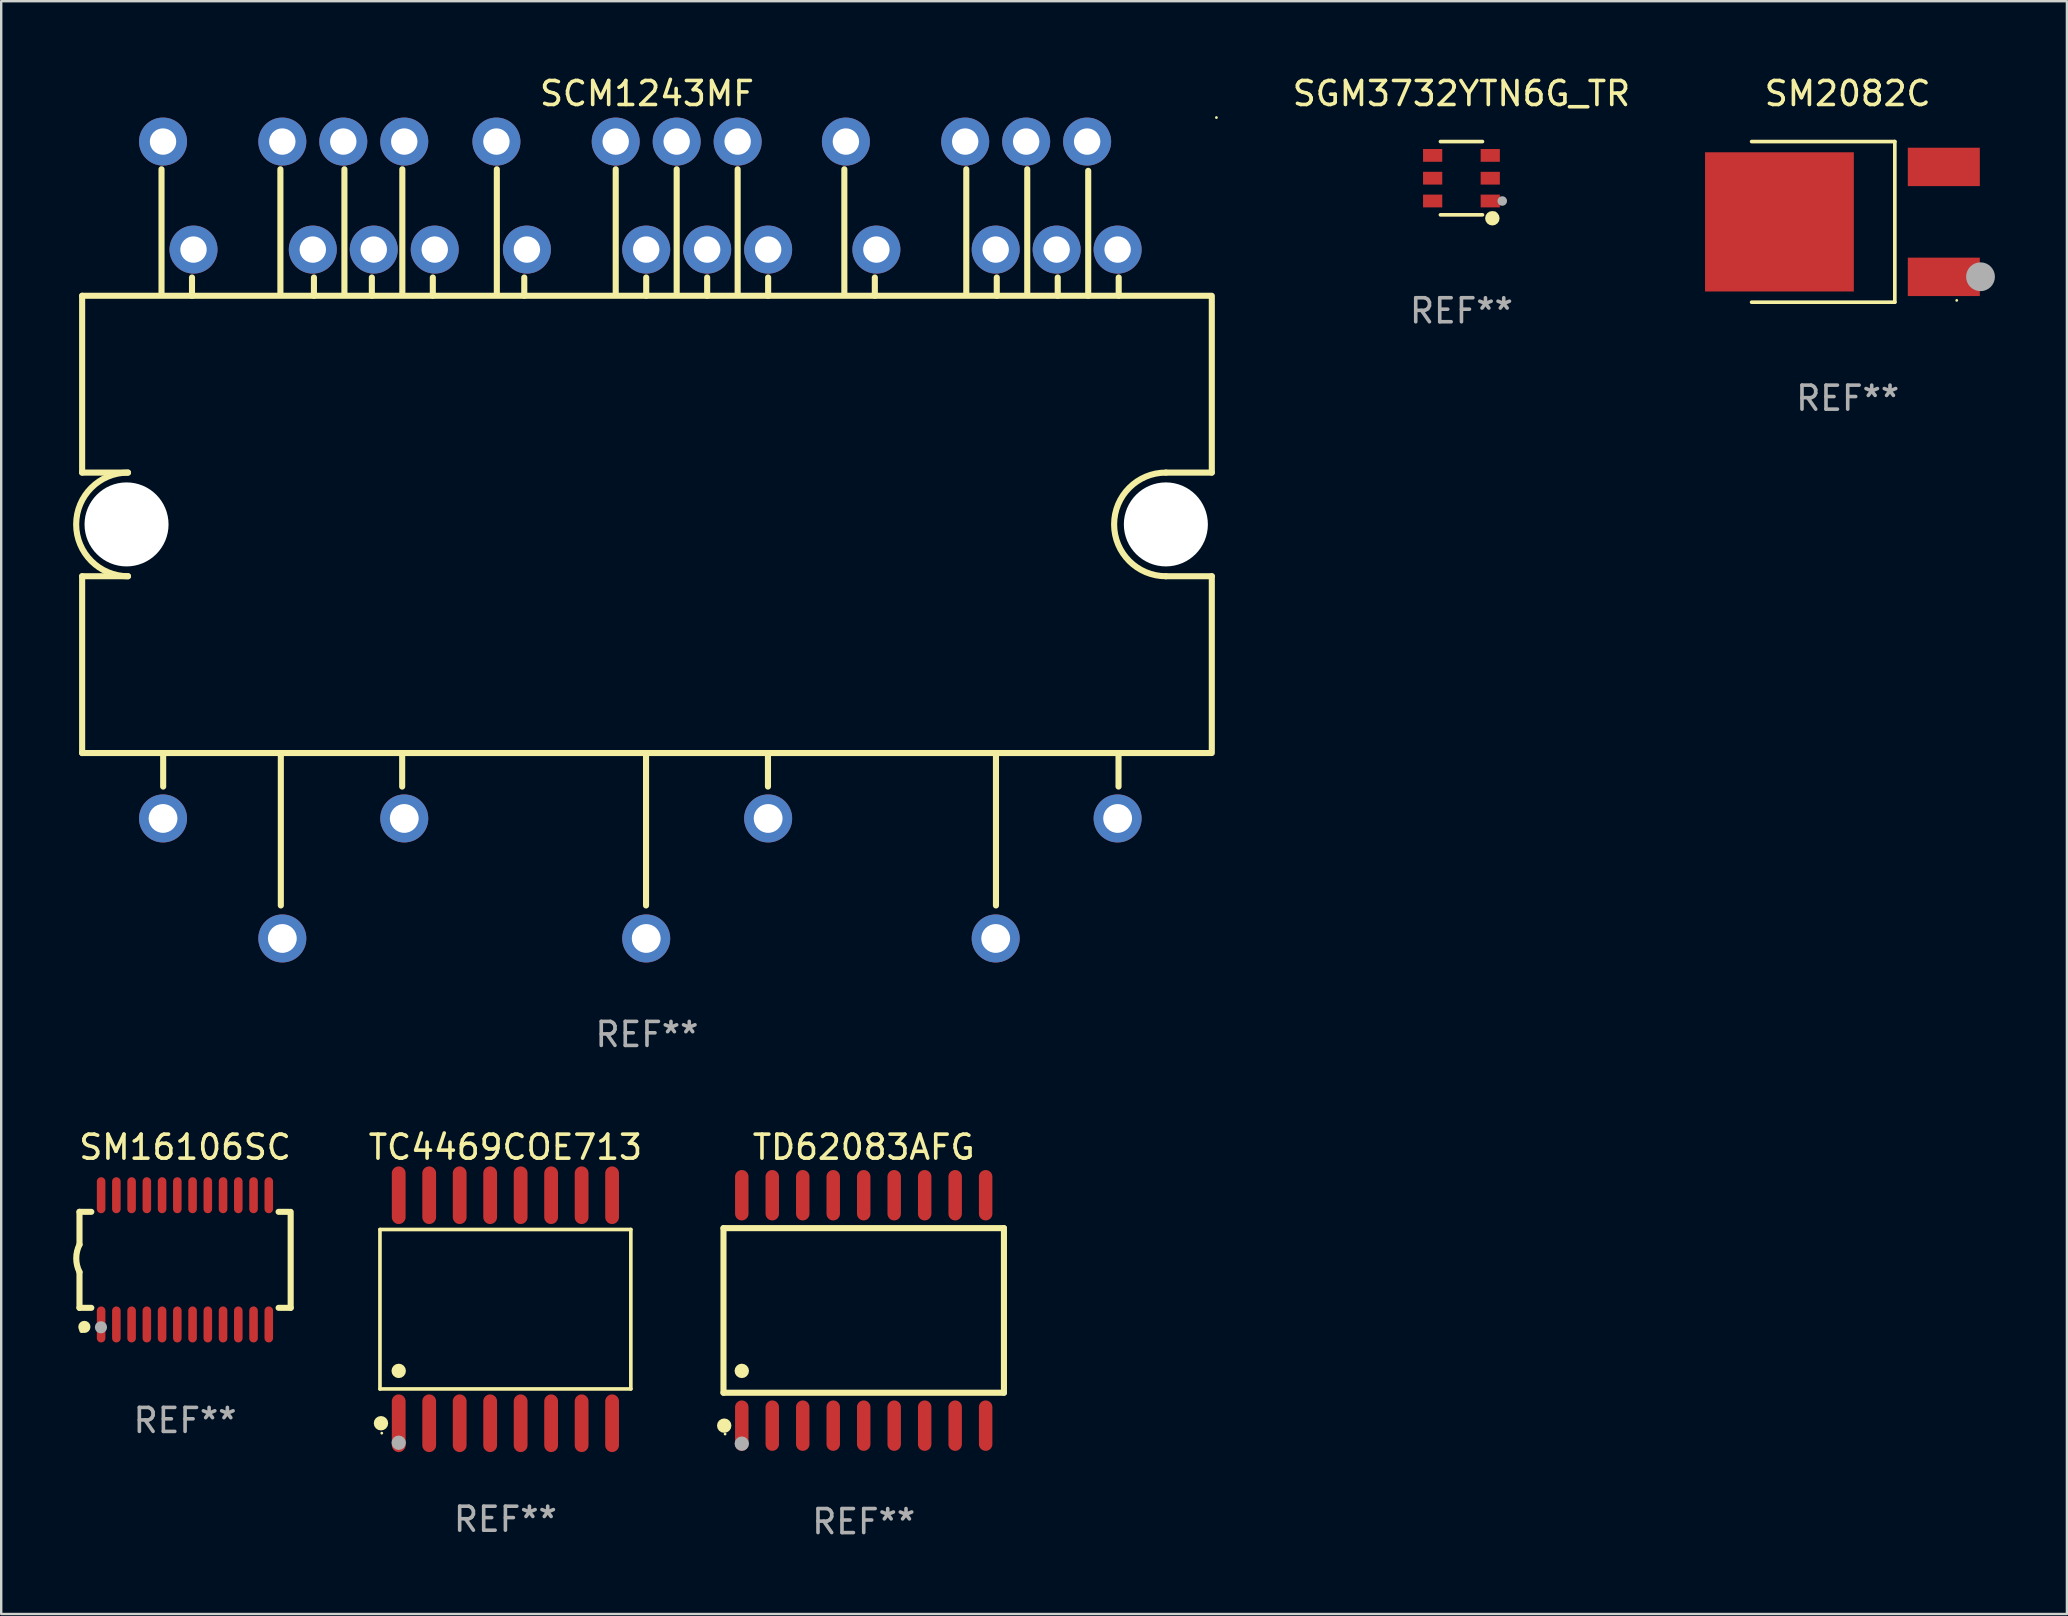
<source format=kicad_pcb>
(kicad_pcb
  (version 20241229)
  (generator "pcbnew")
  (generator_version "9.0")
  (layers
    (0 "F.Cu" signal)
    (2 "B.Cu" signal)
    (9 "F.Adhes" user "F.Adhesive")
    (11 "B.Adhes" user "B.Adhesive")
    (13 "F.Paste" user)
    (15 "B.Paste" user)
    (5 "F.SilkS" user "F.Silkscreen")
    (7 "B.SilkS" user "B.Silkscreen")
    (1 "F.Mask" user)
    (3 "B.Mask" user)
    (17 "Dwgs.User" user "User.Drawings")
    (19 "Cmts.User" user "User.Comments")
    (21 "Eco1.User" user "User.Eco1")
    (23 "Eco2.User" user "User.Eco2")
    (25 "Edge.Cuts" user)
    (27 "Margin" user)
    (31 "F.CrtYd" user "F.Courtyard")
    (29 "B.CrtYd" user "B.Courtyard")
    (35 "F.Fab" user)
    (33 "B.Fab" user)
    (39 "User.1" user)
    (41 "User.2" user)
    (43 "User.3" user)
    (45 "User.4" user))
  (footprint "SM16106SC"
    (layer "F.Cu")
    (at 4.661 49.437)
    (property "Reference" "SM16106SC" (at 0 -4.692 0) (layer "F.SilkS") (effects (font (size 1 1) (thickness 0.15))))
    (attr through_hole)
    (fp_line (start -4.399 -2) (end -4.399 -0.635) (stroke (width 0.254) (type solid)) (layer "F.SilkS"))
    (fp_line (start -4.399 -2) (end -3.907 -2) (stroke (width 0.254) (type solid)) (layer "F.SilkS"))
    (fp_line (start -4.399 2) (end -4.399 0.508) (stroke (width 0.254) (type solid)) (layer "F.SilkS"))
    (fp_line (start -4.399 2) (end -3.907 2) (stroke (width 0.254) (type solid)) (layer "F.SilkS"))
    (fp_line (start 3.896 -2) (end 4.313 -2) (stroke (width 0.254) (type solid)) (layer "F.SilkS"))
    (fp_line (start 3.896 2) (end 4.399 2) (stroke (width 0.254) (type solid)) (layer "F.SilkS"))
    (fp_line (start 4.399 2) (end 4.399 -2) (stroke (width 0.254) (type solid)) (layer "F.SilkS"))
    (fp_arc (start -4.399301 0.508001) (mid -4.534214 -0.0635) (end -4.399301 -0.635001) (stroke (width 0.254001) (type solid)) (layer "F.SilkS"))
    (fp_circle (center -4.305 2.95) (end -4.255 2.95) (stroke (width 0.1) (type solid)) (fill no) (layer "F.SilkS"))
    (fp_circle (center -4.196 2.794) (end -4.069 2.794) (stroke (width 0.254) (type solid)) (fill no) (layer "F.SilkS"))
    (fp_circle (center -3.505 2.81) (end -3.378 2.81) (stroke (width 0.254) (type solid)) (fill no) (layer "F.Fab"))
    (fp_text user "REF**" (at 0 6.692 0) (layer "F.Fab") (effects (font (size 1 1) (thickness 0.15))))
    (pad "1" smd oval (at -3.498 2.692 90) (size 1.5 0.356) (layers "F.Cu" "F.Mask" "F.Paste"))
    (pad "2" smd oval (at -2.863 2.692 90) (size 1.5 0.356) (layers "F.Cu" "F.Mask" "F.Paste"))
    (pad "3" smd oval (at -2.228 2.692 90) (size 1.5 0.356) (layers "F.Cu" "F.Mask" "F.Paste"))
    (pad "4" smd oval (at -1.593 2.692 90) (size 1.5 0.356) (layers "F.Cu" "F.Mask" "F.Paste"))
    (pad "5" smd oval (at -0.958 2.692 90) (size 1.5 0.356) (layers "F.Cu" "F.Mask" "F.Paste"))
    (pad "6" smd oval (at -0.323 2.692 90) (size 1.5 0.356) (layers "F.Cu" "F.Mask" "F.Paste"))
    (pad "7" smd oval (at 0.312 2.692 90) (size 1.5 0.356) (layers "F.Cu" "F.Mask" "F.Paste"))
    (pad "8" smd oval (at 0.947 2.692 90) (size 1.5 0.356) (layers "F.Cu" "F.Mask" "F.Paste"))
    (pad "9" smd oval (at 1.582 2.692 90) (size 1.5 0.356) (layers "F.Cu" "F.Mask" "F.Paste"))
    (pad "10" smd oval (at 2.217 2.692 90) (size 1.5 0.356) (layers "F.Cu" "F.Mask" "F.Paste"))
    (pad "11" smd oval (at 2.852 2.692 90) (size 1.5 0.356) (layers "F.Cu" "F.Mask" "F.Paste"))
    (pad "12" smd oval (at 3.487 2.692 90) (size 1.5 0.356) (layers "F.Cu" "F.Mask" "F.Paste"))
    (pad "13" smd oval (at 3.487 -2.692 90) (size 1.5 0.356) (layers "F.Cu" "F.Mask" "F.Paste"))
    (pad "14" smd oval (at 2.852 -2.692 90) (size 1.5 0.356) (layers "F.Cu" "F.Mask" "F.Paste"))
    (pad "15" smd oval (at 2.217 -2.692 90) (size 1.5 0.356) (layers "F.Cu" "F.Mask" "F.Paste"))
    (pad "16" smd oval (at 1.582 -2.692 90) (size 1.5 0.356) (layers "F.Cu" "F.Mask" "F.Paste"))
    (pad "17" smd oval (at 0.947 -2.692 90) (size 1.5 0.356) (layers "F.Cu" "F.Mask" "F.Paste"))
    (pad "18" smd oval (at 0.312 -2.692 90) (size 1.5 0.356) (layers "F.Cu" "F.Mask" "F.Paste"))
    (pad "19" smd oval (at -0.323 -2.692 90) (size 1.5 0.356) (layers "F.Cu" "F.Mask" "F.Paste"))
    (pad "20" smd oval (at -0.958 -2.692 90) (size 1.5 0.356) (layers "F.Cu" "F.Mask" "F.Paste"))
    (pad "21" smd oval (at -1.593 -2.692 90) (size 1.5 0.356) (layers "F.Cu" "F.Mask" "F.Paste"))
    (pad "22" smd oval (at -2.228 -2.692 90) (size 1.5 0.356) (layers "F.Cu" "F.Mask" "F.Paste"))
    (pad "23" smd oval (at -2.863 -2.692 90) (size 1.5 0.356) (layers "F.Cu" "F.Mask" "F.Paste"))
    (pad "24" smd oval (at -3.498 -2.692 90) (size 1.5 0.356) (layers "F.Cu" "F.Mask" "F.Paste")))
  (footprint "TD62083AFG"
    (layer "F.Cu")
    (at 32.934 51.545)
    (property "Reference" "TD62083AFG" (at 0 -6.8 0) (layer "F.SilkS") (effects (font (size 1 1) (thickness 0.15))))
    (attr through_hole)
    (fp_line (start -5.842 -3.429) (end -5.842 3.429) (stroke (width 0.254) (type solid)) (layer "F.SilkS"))
    (fp_line (start -5.842 3.429) (end 5.842 3.429) (stroke (width 0.254) (type solid)) (layer "F.SilkS"))
    (fp_line (start 5.842 -3.429) (end -5.842 -3.429) (stroke (width 0.254) (type solid)) (layer "F.SilkS"))
    (fp_line (start 5.842 3.429) (end 5.842 -3.429) (stroke (width 0.254) (type solid)) (layer "F.SilkS"))
    (fp_circle (center -5.812 4.8) (end -5.662 4.8) (stroke (width 0.3) (type solid)) (fill no) (layer "F.SilkS"))
    (fp_circle (center -5.775 5.15) (end -5.745 5.15) (stroke (width 0.06) (type solid)) (fill no) (layer "F.SilkS"))
    (fp_circle (center -5.08 2.519) (end -4.93 2.519) (stroke (width 0.3) (type solid)) (fill no) (layer "F.SilkS"))
    (fp_circle (center -5.08 5.55) (end -4.93 5.55) (stroke (width 0.3) (type solid)) (fill no) (layer "F.Fab"))
    (fp_text user "REF**" (at 0 8.8 0) (layer "F.Fab") (effects (font (size 1 1) (thickness 0.15))))
    (pad "1" smd oval (at -5.08 4.8) (size 0.56 2.1) (layers "F.Cu" "F.Mask" "F.Paste"))
    (pad "2" smd oval (at -3.81 4.8) (size 0.56 2.1) (layers "F.Cu" "F.Mask" "F.Paste"))
    (pad "3" smd oval (at -2.54 4.8) (size 0.56 2.1) (layers "F.Cu" "F.Mask" "F.Paste"))
    (pad "4" smd oval (at -1.27 4.8) (size 0.56 2.1) (layers "F.Cu" "F.Mask" "F.Paste"))
    (pad "5" smd oval (at 0 4.8) (size 0.56 2.1) (layers "F.Cu" "F.Mask" "F.Paste"))
    (pad "6" smd oval (at 1.27 4.8) (size 0.56 2.1) (layers "F.Cu" "F.Mask" "F.Paste"))
    (pad "7" smd oval (at 2.54 4.8) (size 0.56 2.1) (layers "F.Cu" "F.Mask" "F.Paste"))
    (pad "8" smd oval (at 3.81 4.8) (size 0.56 2.1) (layers "F.Cu" "F.Mask" "F.Paste"))
    (pad "9" smd oval (at 5.08 4.8) (size 0.56 2.1) (layers "F.Cu" "F.Mask" "F.Paste"))
    (pad "10" smd oval (at 5.08 -4.8) (size 0.56 2.1) (layers "F.Cu" "F.Mask" "F.Paste"))
    (pad "11" smd oval (at 3.81 -4.8) (size 0.56 2.1) (layers "F.Cu" "F.Mask" "F.Paste"))
    (pad "12" smd oval (at 2.54 -4.8) (size 0.56 2.1) (layers "F.Cu" "F.Mask" "F.Paste"))
    (pad "13" smd oval (at 1.27 -4.8) (size 0.56 2.1) (layers "F.Cu" "F.Mask" "F.Paste"))
    (pad "14" smd oval (at 0 -4.8) (size 0.56 2.1) (layers "F.Cu" "F.Mask" "F.Paste"))
    (pad "15" smd oval (at -1.27 -4.8) (size 0.56 2.1) (layers "F.Cu" "F.Mask" "F.Paste"))
    (pad "16" smd oval (at -2.54 -4.8) (size 0.56 2.1) (layers "F.Cu" "F.Mask" "F.Paste"))
    (pad "17" smd oval (at -3.81 -4.8) (size 0.56 2.1) (layers "F.Cu" "F.Mask" "F.Paste"))
    (pad "18" smd oval (at -5.08 -4.8) (size 0.56 2.1) (layers "F.Cu" "F.Mask" "F.Paste")))
  (footprint "TC4469COE713"
    (layer "F.Cu")
    (at 18.006 51.495)
    (property "Reference" "TC4469COE713" (at 0 -6.75 0) (layer "F.SilkS") (effects (font (size 1 1) (thickness 0.15))))
    (attr through_hole)
    (fp_line (start -5.226 -3.321) (end 5.226 -3.321) (stroke (width 0.152) (type solid)) (layer "F.SilkS"))
    (fp_line (start -5.226 3.321) (end -5.226 -3.321) (stroke (width 0.152) (type solid)) (layer "F.SilkS"))
    (fp_line (start 5.226 -3.321) (end 5.226 3.321) (stroke (width 0.152) (type solid)) (layer "F.SilkS"))
    (fp_line (start 5.226 3.321) (end -5.226 3.321) (stroke (width 0.152) (type solid)) (layer "F.SilkS"))
    (fp_circle (center -5.184 4.75) (end -5.034 4.75) (stroke (width 0.3) (type solid)) (fill no) (layer "F.SilkS"))
    (fp_circle (center -5.15 5.163) (end -5.12 5.163) (stroke (width 0.06) (type solid)) (fill no) (layer "F.SilkS"))
    (fp_circle (center -4.445 2.569) (end -4.295 2.569) (stroke (width 0.3) (type solid)) (fill no) (layer "F.SilkS"))
    (fp_circle (center -4.445 5.563) (end -4.295 5.563) (stroke (width 0.3) (type solid)) (fill no) (layer "F.Fab"))
    (fp_text user "REF**" (at 0 8.75 0) (layer "F.Fab") (effects (font (size 1 1) (thickness 0.15))))
    (pad "1" smd oval (at -4.445 4.75) (size 0.574 2.401) (layers "F.Cu" "F.Mask" "F.Paste"))
    (pad "2" smd oval (at -3.175 4.75) (size 0.574 2.401) (layers "F.Cu" "F.Mask" "F.Paste"))
    (pad "3" smd oval (at -1.905 4.75) (size 0.574 2.401) (layers "F.Cu" "F.Mask" "F.Paste"))
    (pad "4" smd oval (at -0.635 4.75) (size 0.574 2.401) (layers "F.Cu" "F.Mask" "F.Paste"))
    (pad "5" smd oval (at 0.635 4.75) (size 0.574 2.401) (layers "F.Cu" "F.Mask" "F.Paste"))
    (pad "6" smd oval (at 1.905 4.75) (size 0.574 2.401) (layers "F.Cu" "F.Mask" "F.Paste"))
    (pad "7" smd oval (at 3.175 4.75) (size 0.574 2.401) (layers "F.Cu" "F.Mask" "F.Paste"))
    (pad "8" smd oval (at 4.445 4.75) (size 0.574 2.401) (layers "F.Cu" "F.Mask" "F.Paste"))
    (pad "9" smd oval (at 4.445 -4.75) (size 0.574 2.401) (layers "F.Cu" "F.Mask" "F.Paste"))
    (pad "10" smd oval (at 3.175 -4.75) (size 0.574 2.401) (layers "F.Cu" "F.Mask" "F.Paste"))
    (pad "11" smd oval (at 1.905 -4.75) (size 0.574 2.401) (layers "F.Cu" "F.Mask" "F.Paste"))
    (pad "12" smd oval (at 0.635 -4.75) (size 0.574 2.401) (layers "F.Cu" "F.Mask" "F.Paste"))
    (pad "13" smd oval (at -0.635 -4.75) (size 0.574 2.401) (layers "F.Cu" "F.Mask" "F.Paste"))
    (pad "14" smd oval (at -1.905 -4.75) (size 0.574 2.401) (layers "F.Cu" "F.Mask" "F.Paste"))
    (pad "15" smd oval (at -3.175 -4.75) (size 0.574 2.401) (layers "F.Cu" "F.Mask" "F.Paste"))
    (pad "16" smd oval (at -4.445 -4.75) (size 0.574 2.401) (layers "F.Cu" "F.Mask" "F.Paste")))
  (footprint "SGM3732YTN6G_TR"
    (layer "F.Cu")
    (at 57.837 4.374)
    (property "Reference" "SGM3732YTN6G_TR" (at 0 -3.526 0) (layer "F.SilkS") (effects (font (size 1 1) (thickness 0.15))))
    (attr through_hole)
    (fp_line (start 0.876 -1.526) (end -0.876 -1.526) (stroke (width 0.152) (type solid)) (layer "F.SilkS"))
    (fp_line (start 0.876 1.526) (end -0.876 1.526) (stroke (width 0.152) (type solid)) (layer "F.SilkS"))
    (fp_circle (center 1.287 1.669) (end 1.438 1.669) (stroke (width 0.3) (type solid)) (fill no) (layer "F.SilkS"))
    (fp_circle (center 1.4 1.45) (end 1.43 1.45) (stroke (width 0.06) (type solid)) (fill no) (layer "F.SilkS"))
    (fp_circle (center 1.7 0.95) (end 1.8 0.95) (stroke (width 0.2) (type solid)) (fill no) (layer "F.Fab"))
    (fp_text user "REF**" (at 0 5.526 0) (layer "F.Fab") (effects (font (size 1 1) (thickness 0.15))))
    (pad "1" smd rect (at 1.2 0.95) (size 0.8 0.532) (layers "F.Cu" "F.Mask" "F.Paste"))
    (pad "2" smd rect (at 1.2 0) (size 0.8 0.532) (layers "F.Cu" "F.Mask" "F.Paste"))
    (pad "3" smd rect (at 1.2 -0.95) (size 0.8 0.532) (layers "F.Cu" "F.Mask" "F.Paste"))
    (pad "4" smd rect (at -1.2 -0.95) (size 0.8 0.532) (layers "F.Cu" "F.Mask" "F.Paste"))
    (pad "5" smd rect (at -1.2 0) (size 0.8 0.532) (layers "F.Cu" "F.Mask" "F.Paste"))
    (pad "6" smd rect (at -1.2 0.95) (size 0.8 0.532) (layers "F.Cu" "F.Mask" "F.Paste")))
  (footprint "SCM1243MF"
    (layer "F.Cu")
    (at 23.904 19.448)
    (property "Reference" "SCM1243MF" (at 0 -18.6 0) (layer "F.SilkS") (effects (font (size 1 1) (thickness 0.15))))
    (attr through_hole)
    (fp_line (start -23.532 -10.175) (end -23.532 -2.809) (stroke (width 0.254) (type solid)) (layer "F.SilkS"))
    (fp_line (start -23.532 -10.175) (end 23.468 -10.175) (stroke (width 0.254) (type solid)) (layer "F.SilkS"))
    (fp_line (start -23.532 1.509) (end -23.532 8.875) (stroke (width 0.254) (type solid)) (layer "F.SilkS"))
    (fp_line (start -23.532 8.875) (end 23.468 8.875) (stroke (width 0.254) (type solid)) (layer "F.SilkS"))
    (fp_line (start -21.622 -2.809) (end -23.532 -2.809) (stroke (width 0.254) (type solid)) (layer "F.SilkS"))
    (fp_line (start -21.622 1.509) (end -23.532 1.509) (stroke (width 0.254) (type solid)) (layer "F.SilkS"))
    (fp_line (start -20.225 -15.446) (end -20.225 -10.239) (stroke (width 0.254) (type solid)) (layer "F.SilkS"))
    (fp_line (start -20.156 8.875) (end -20.156 10.272) (stroke (width 0.254) (type solid)) (layer "F.SilkS"))
    (fp_line (start -18.955 -10.937) (end -18.955 -10.175) (stroke (width 0.254) (type solid)) (layer "F.SilkS"))
    (fp_line (start -15.272 -15.446) (end -15.272 -10.239) (stroke (width 0.254) (type solid)) (layer "F.SilkS"))
    (fp_line (start -15.254 8.875) (end -15.254 15.225) (stroke (width 0.254) (type solid)) (layer "F.SilkS"))
    (fp_line (start -13.875 -10.937) (end -13.875 -10.175) (stroke (width 0.254) (type solid)) (layer "F.SilkS"))
    (fp_line (start -12.605 -15.446) (end -12.605 -10.239) (stroke (width 0.254) (type solid)) (layer "F.SilkS"))
    (fp_line (start -11.462 -10.937) (end -11.462 -10.175) (stroke (width 0.254) (type solid)) (layer "F.SilkS"))
    (fp_line (start -10.199 8.875) (end -10.199 10.272) (stroke (width 0.254) (type solid)) (layer "F.SilkS"))
    (fp_line (start -10.192 -15.446) (end -10.192 -10.239) (stroke (width 0.254) (type solid)) (layer "F.SilkS"))
    (fp_line (start -8.922 -10.937) (end -8.922 -10.175) (stroke (width 0.254) (type solid)) (layer "F.SilkS"))
    (fp_line (start -6.255 -15.446) (end -6.255 -10.239) (stroke (width 0.254) (type solid)) (layer "F.SilkS"))
    (fp_line (start -5.112 -10.937) (end -5.112 -10.175) (stroke (width 0.254) (type solid)) (layer "F.SilkS"))
    (fp_line (start -1.302 -15.446) (end -1.302 -10.239) (stroke (width 0.254) (type solid)) (layer "F.SilkS"))
    (fp_line (start -0.039 8.875) (end -0.039 15.225) (stroke (width 0.254) (type solid)) (layer "F.SilkS"))
    (fp_line (start -0.032 -10.937) (end -0.032 -10.175) (stroke (width 0.254) (type solid)) (layer "F.SilkS"))
    (fp_line (start 1.238 -15.446) (end 1.238 -10.239) (stroke (width 0.254) (type solid)) (layer "F.SilkS"))
    (fp_line (start 2.508 -10.937) (end 2.508 -10.175) (stroke (width 0.254) (type solid)) (layer "F.SilkS"))
    (fp_line (start 3.778 -15.446) (end 3.778 -10.239) (stroke (width 0.254) (type solid)) (layer "F.SilkS"))
    (fp_line (start 5.041 8.875) (end 5.041 10.272) (stroke (width 0.254) (type solid)) (layer "F.SilkS"))
    (fp_line (start 5.048 -10.937) (end 5.048 -10.175) (stroke (width 0.254) (type solid)) (layer "F.SilkS"))
    (fp_line (start 8.223 -15.446) (end 8.223 -10.239) (stroke (width 0.254) (type solid)) (layer "F.SilkS"))
    (fp_line (start 9.493 -10.937) (end 9.493 -10.175) (stroke (width 0.254) (type solid)) (layer "F.SilkS"))
    (fp_line (start 13.303 -15.446) (end 13.303 -10.239) (stroke (width 0.254) (type solid)) (layer "F.SilkS"))
    (fp_line (start 14.54 8.875) (end 14.54 15.225) (stroke (width 0.254) (type solid)) (layer "F.SilkS"))
    (fp_line (start 14.573 -10.937) (end 14.573 -10.175) (stroke (width 0.254) (type solid)) (layer "F.SilkS"))
    (fp_line (start 15.843 -15.446) (end 15.843 -10.239) (stroke (width 0.254) (type solid)) (layer "F.SilkS"))
    (fp_line (start 17.113 -10.937) (end 17.113 -10.175) (stroke (width 0.254) (type solid)) (layer "F.SilkS"))
    (fp_line (start 18.383 -15.382) (end 18.383 -10.175) (stroke (width 0.254) (type solid)) (layer "F.SilkS"))
    (fp_line (start 19.646 8.875) (end 19.646 10.272) (stroke (width 0.254) (type solid)) (layer "F.SilkS"))
    (fp_line (start 19.653 -10.937) (end 19.653 -10.175) (stroke (width 0.254) (type solid)) (layer "F.SilkS"))
    (fp_line (start 21.622 -2.809) (end 23.532 -2.809) (stroke (width 0.254) (type solid)) (layer "F.SilkS"))
    (fp_line (start 21.622 1.509) (end 23.532 1.509) (stroke (width 0.254) (type solid)) (layer "F.SilkS"))
    (fp_line (start 23.532 -10.175) (end 23.532 -2.809) (stroke (width 0.254) (type solid)) (layer "F.SilkS"))
    (fp_line (start 23.532 1.509) (end 23.532 8.875) (stroke (width 0.254) (type solid)) (layer "F.SilkS"))
    (fp_arc (start -21.621654 1.508966) (mid -23.776927 -0.650038) (end -21.621654 -2.809042) (stroke (width 0.254001) (type solid)) (layer "F.SilkS"))
    (fp_arc (start 21.621628 1.508992) (mid 19.466354 -0.650013) (end 21.621628 -2.809018) (stroke (width 0.254001) (type solid)) (layer "F.SilkS"))
    (fp_circle (center 23.724 -17.6) (end 23.754 -17.6) (stroke (width 0.06) (type solid)) (fill no) (layer "F.SilkS"))
    (fp_text user "REF**" (at 0 20.6 0) (layer "F.Fab") (effects (font (size 1 1) (thickness 0.15))))
    (pad "" np_thru_hole circle (at -21.682 -0.65) (size 3.5 3.5) (drill 3.5) (layers "*.Cu" "*.Mask"))
    (pad "" np_thru_hole circle (at 21.618 -0.65) (size 3.5 3.5) (drill 3.5) (layers "*.Cu" "*.Mask"))
    (pad "1" thru_hole circle (at 19.608 -12.1) (size 2 2) (drill 1.1) (layers "*.Cu" "*.Mask"))
    (pad "2" thru_hole circle (at 18.338 -16.6) (size 2 2) (drill 1.1) (layers "*.Cu" "*.Mask"))
    (pad "3" thru_hole circle (at 17.068 -12.1) (size 2 2) (drill 1.1) (layers "*.Cu" "*.Mask"))
    (pad "4" thru_hole circle (at 15.798 -16.6) (size 2 2) (drill 1.1) (layers "*.Cu" "*.Mask"))
    (pad "5" thru_hole circle (at 14.528 -12.1) (size 2 2) (drill 1.1) (layers "*.Cu" "*.Mask"))
    (pad "6" thru_hole circle (at 13.258 -16.6) (size 2 2) (drill 1.1) (layers "*.Cu" "*.Mask"))
    (pad "7" thru_hole circle (at 9.558 -12.1) (size 2 2) (drill 1.1) (layers "*.Cu" "*.Mask"))
    (pad "8" thru_hole circle (at 8.288 -16.6) (size 2 2) (drill 1.1) (layers "*.Cu" "*.Mask"))
    (pad "9" thru_hole circle (at 5.048 -12.1) (size 2 2) (drill 1.1) (layers "*.Cu" "*.Mask"))
    (pad "10" thru_hole circle (at 3.778 -16.6) (size 2 2) (drill 1.1) (layers "*.Cu" "*.Mask"))
    (pad "11" thru_hole circle (at 2.508 -12.1) (size 2 2) (drill 1.1) (layers "*.Cu" "*.Mask"))
    (pad "12" thru_hole circle (at 1.238 -16.6) (size 2 2) (drill 1.1) (layers "*.Cu" "*.Mask"))
    (pad "13" thru_hole circle (at -0.032 -12.1) (size 2 2) (drill 1.1) (layers "*.Cu" "*.Mask"))
    (pad "14" thru_hole circle (at -1.302 -16.6) (size 2 2) (drill 1.1) (layers "*.Cu" "*.Mask"))
    (pad "15" thru_hole circle (at -5.002 -12.1) (size 2 2) (drill 1.1) (layers "*.Cu" "*.Mask"))
    (pad "16" thru_hole circle (at -6.272 -16.6) (size 2 2) (drill 1.1) (layers "*.Cu" "*.Mask"))
    (pad "17" thru_hole circle (at -8.842 -12.1) (size 2 2) (drill 1.1) (layers "*.Cu" "*.Mask"))
    (pad "18" thru_hole circle (at -10.112 -16.6) (size 2 2) (drill 1.1) (layers "*.Cu" "*.Mask"))
    (pad "19" thru_hole circle (at -11.382 -12.1) (size 2 2) (drill 1.1) (layers "*.Cu" "*.Mask"))
    (pad "20" thru_hole circle (at -12.652 -16.6) (size 2 2) (drill 1.1) (layers "*.Cu" "*.Mask"))
    (pad "21" thru_hole circle (at -13.922 -12.1) (size 2 2) (drill 1.1) (layers "*.Cu" "*.Mask"))
    (pad "22" thru_hole circle (at -15.192 -16.6) (size 2 2) (drill 1.1) (layers "*.Cu" "*.Mask"))
    (pad "23" thru_hole circle (at -18.892 -12.1) (size 2 2) (drill 1.1) (layers "*.Cu" "*.Mask"))
    (pad "24" thru_hole circle (at -20.162 -16.6) (size 2 2) (drill 1.1) (layers "*.Cu" "*.Mask"))
    (pad "25" thru_hole circle (at -20.162 11.6) (size 2 2) (drill 1.2) (layers "*.Cu" "*.Mask"))
    (pad "26" thru_hole circle (at -15.192 16.6) (size 2 2) (drill 1.2) (layers "*.Cu" "*.Mask"))
    (pad "27" thru_hole circle (at -10.112 11.6) (size 2 2) (drill 1.2) (layers "*.Cu" "*.Mask"))
    (pad "28" thru_hole circle (at -0.032 16.6) (size 2 2) (drill 1.2) (layers "*.Cu" "*.Mask"))
    (pad "29" thru_hole circle (at 5.048 11.6) (size 2 2) (drill 1.2) (layers "*.Cu" "*.Mask"))
    (pad "30" thru_hole circle (at 14.528 16.6) (size 2 2) (drill 1.2) (layers "*.Cu" "*.Mask"))
    (pad "31" thru_hole circle (at 19.608 11.6) (size 2 2) (drill 1.2) (layers "*.Cu" "*.Mask")))
  (footprint "SM2082C"
    (layer "F.Cu")
    (at 73.929 6.194)
    (property "Reference" "SM2082C" (at 0 -5.346 0) (layer "F.SilkS") (effects (font (size 1 1) (thickness 0.15))))
    (attr through_hole)
    (fp_line (start -4.004 -3.346) (end 1.963 -3.346) (stroke (width 0.152) (type solid)) (layer "F.SilkS"))
    (fp_line (start -4.004 3.346) (end 1.963 3.346) (stroke (width 0.152) (type solid)) (layer "F.SilkS"))
    (fp_line (start 1.963 3.346) (end 1.963 -3.346) (stroke (width 0.152) (type solid)) (layer "F.SilkS"))
    (fp_circle (center 4.542 3.27) (end 4.572 3.27) (stroke (width 0.06) (type solid)) (fill no) (layer "F.SilkS"))
    (fp_circle (center 5.533 2.286) (end 5.833 2.286) (stroke (width 0.6) (type solid)) (fill no) (layer "F.Fab"))
    (fp_text user "REF**" (at 0 7.346 0) (layer "F.Fab") (effects (font (size 1 1) (thickness 0.15))))
    (pad "1" smd rect (at 4.004 2.29) (size 3 1.6) (layers "F.Cu" "F.Mask" "F.Paste"))
    (pad "2" smd rect (at -2.844 0) (size 6.2 5.8) (layers "F.Cu" "F.Mask" "F.Paste"))
    (pad "3" smd rect (at 4.004 -2.29) (size 3 1.6) (layers "F.Cu" "F.Mask" "F.Paste")))
  (gr_rect
    (start -3 -3)
    (end 83.062 64.193)
    (stroke (width 0.1) (type default))
    (fill no)
    (layer "Edge.Cuts")))
</source>
